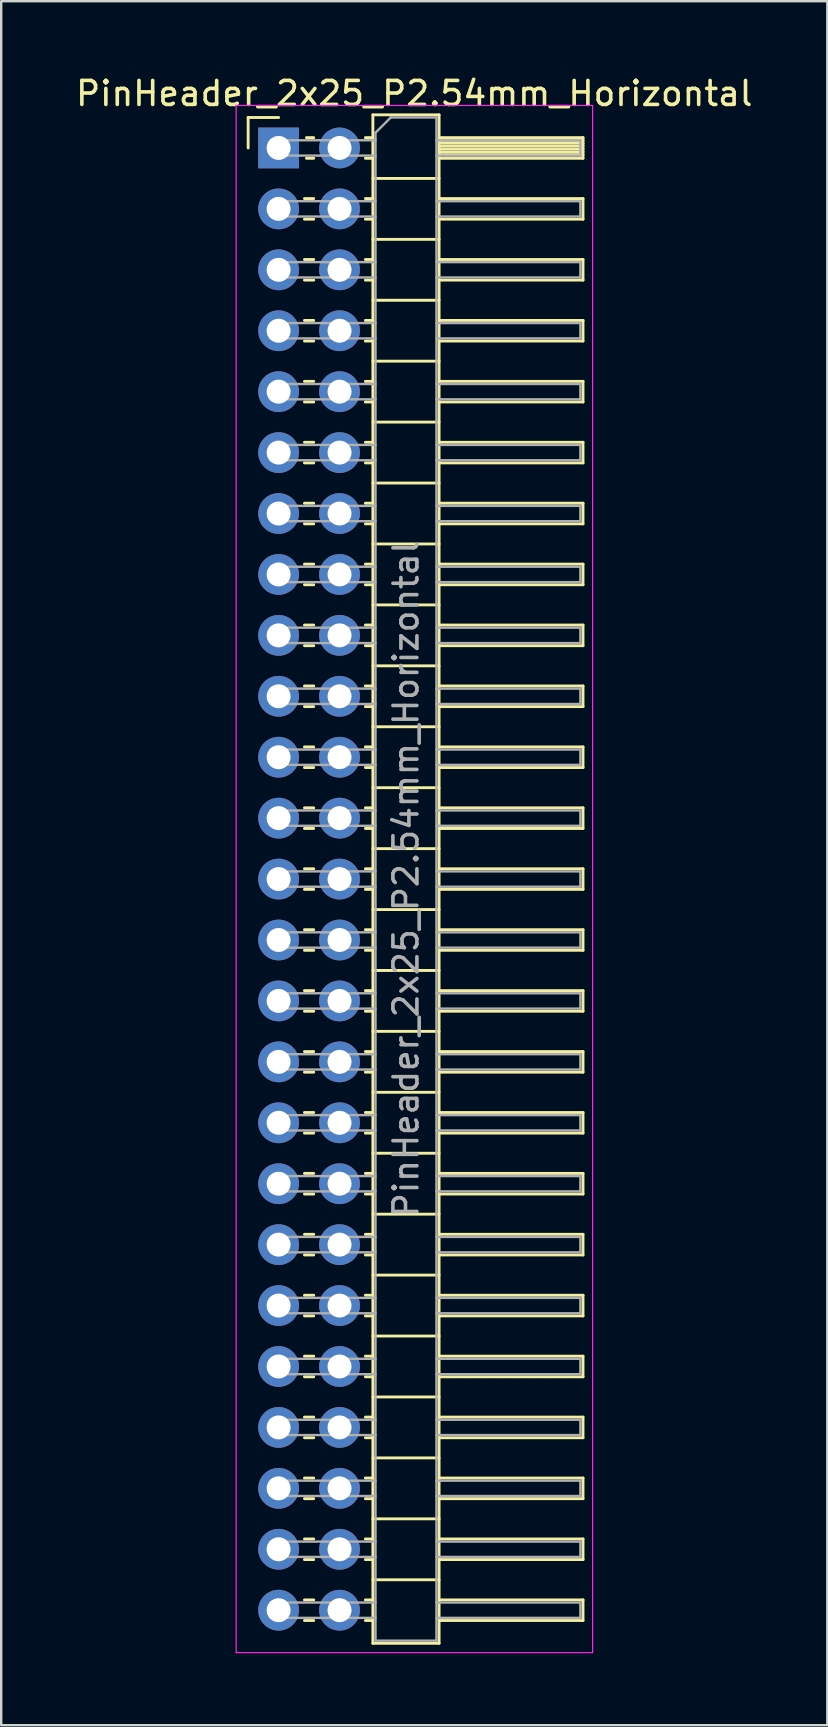
<source format=kicad_pcb>
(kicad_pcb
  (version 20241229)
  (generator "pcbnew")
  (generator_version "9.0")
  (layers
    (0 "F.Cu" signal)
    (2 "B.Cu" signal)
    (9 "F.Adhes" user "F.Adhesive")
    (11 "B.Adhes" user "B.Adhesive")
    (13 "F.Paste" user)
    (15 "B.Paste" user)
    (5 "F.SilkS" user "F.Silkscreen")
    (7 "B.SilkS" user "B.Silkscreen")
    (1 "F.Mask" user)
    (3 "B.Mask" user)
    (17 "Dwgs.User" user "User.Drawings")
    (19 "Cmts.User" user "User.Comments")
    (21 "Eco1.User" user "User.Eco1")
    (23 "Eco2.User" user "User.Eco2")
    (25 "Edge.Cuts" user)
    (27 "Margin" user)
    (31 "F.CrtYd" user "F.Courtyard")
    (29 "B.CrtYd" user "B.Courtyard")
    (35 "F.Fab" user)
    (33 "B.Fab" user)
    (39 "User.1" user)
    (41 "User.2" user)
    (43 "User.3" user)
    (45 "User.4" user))
  (footprint "PinHeader_2x25_P2.54mm_Horizontal"
    (layer "F.Cu")
    (at 8.565 3.118)
    (property "Reference" "PinHeader_2x25_P2.54mm_Horizontal" (at 5.655 -2.27 0) (layer "F.SilkS") (effects (font (size 1 1) (thickness 0.15))))
    (attr through_hole)
    (fp_line (start -1.27 -1.27) (end 0 -1.27) (stroke (width 0.12) (type solid)) (layer "F.SilkS"))
    (fp_line (start -1.27 0) (end -1.27 -1.27) (stroke (width 0.12) (type solid)) (layer "F.SilkS"))
    (fp_line (start 1.077 2.11) (end 1.463 2.11) (stroke (width 0.12) (type solid)) (layer "F.SilkS"))
    (fp_line (start 1.077 2.97) (end 1.463 2.97) (stroke (width 0.12) (type solid)) (layer "F.SilkS"))
    (fp_line (start 1.077 4.65) (end 1.463 4.65) (stroke (width 0.12) (type solid)) (layer "F.SilkS"))
    (fp_line (start 1.077 5.51) (end 1.463 5.51) (stroke (width 0.12) (type solid)) (layer "F.SilkS"))
    (fp_line (start 1.077 7.19) (end 1.463 7.19) (stroke (width 0.12) (type solid)) (layer "F.SilkS"))
    (fp_line (start 1.077 8.05) (end 1.463 8.05) (stroke (width 0.12) (type solid)) (layer "F.SilkS"))
    (fp_line (start 1.077 9.73) (end 1.463 9.73) (stroke (width 0.12) (type solid)) (layer "F.SilkS"))
    (fp_line (start 1.077 10.59) (end 1.463 10.59) (stroke (width 0.12) (type solid)) (layer "F.SilkS"))
    (fp_line (start 1.077 12.27) (end 1.463 12.27) (stroke (width 0.12) (type solid)) (layer "F.SilkS"))
    (fp_line (start 1.077 13.13) (end 1.463 13.13) (stroke (width 0.12) (type solid)) (layer "F.SilkS"))
    (fp_line (start 1.077 14.81) (end 1.463 14.81) (stroke (width 0.12) (type solid)) (layer "F.SilkS"))
    (fp_line (start 1.077 15.67) (end 1.463 15.67) (stroke (width 0.12) (type solid)) (layer "F.SilkS"))
    (fp_line (start 1.077 17.35) (end 1.463 17.35) (stroke (width 0.12) (type solid)) (layer "F.SilkS"))
    (fp_line (start 1.077 18.21) (end 1.463 18.21) (stroke (width 0.12) (type solid)) (layer "F.SilkS"))
    (fp_line (start 1.077 19.89) (end 1.463 19.89) (stroke (width 0.12) (type solid)) (layer "F.SilkS"))
    (fp_line (start 1.077 20.75) (end 1.463 20.75) (stroke (width 0.12) (type solid)) (layer "F.SilkS"))
    (fp_line (start 1.077 22.43) (end 1.463 22.43) (stroke (width 0.12) (type solid)) (layer "F.SilkS"))
    (fp_line (start 1.077 23.29) (end 1.463 23.29) (stroke (width 0.12) (type solid)) (layer "F.SilkS"))
    (fp_line (start 1.077 24.97) (end 1.463 24.97) (stroke (width 0.12) (type solid)) (layer "F.SilkS"))
    (fp_line (start 1.077 25.83) (end 1.463 25.83) (stroke (width 0.12) (type solid)) (layer "F.SilkS"))
    (fp_line (start 1.077 27.51) (end 1.463 27.51) (stroke (width 0.12) (type solid)) (layer "F.SilkS"))
    (fp_line (start 1.077 28.37) (end 1.463 28.37) (stroke (width 0.12) (type solid)) (layer "F.SilkS"))
    (fp_line (start 1.077 30.05) (end 1.463 30.05) (stroke (width 0.12) (type solid)) (layer "F.SilkS"))
    (fp_line (start 1.077 30.91) (end 1.463 30.91) (stroke (width 0.12) (type solid)) (layer "F.SilkS"))
    (fp_line (start 1.077 32.59) (end 1.463 32.59) (stroke (width 0.12) (type solid)) (layer "F.SilkS"))
    (fp_line (start 1.077 33.45) (end 1.463 33.45) (stroke (width 0.12) (type solid)) (layer "F.SilkS"))
    (fp_line (start 1.077 35.13) (end 1.463 35.13) (stroke (width 0.12) (type solid)) (layer "F.SilkS"))
    (fp_line (start 1.077 35.99) (end 1.463 35.99) (stroke (width 0.12) (type solid)) (layer "F.SilkS"))
    (fp_line (start 1.077 37.67) (end 1.463 37.67) (stroke (width 0.12) (type solid)) (layer "F.SilkS"))
    (fp_line (start 1.077 38.53) (end 1.463 38.53) (stroke (width 0.12) (type solid)) (layer "F.SilkS"))
    (fp_line (start 1.077 40.21) (end 1.463 40.21) (stroke (width 0.12) (type solid)) (layer "F.SilkS"))
    (fp_line (start 1.077 41.07) (end 1.463 41.07) (stroke (width 0.12) (type solid)) (layer "F.SilkS"))
    (fp_line (start 1.077 42.75) (end 1.463 42.75) (stroke (width 0.12) (type solid)) (layer "F.SilkS"))
    (fp_line (start 1.077 43.61) (end 1.463 43.61) (stroke (width 0.12) (type solid)) (layer "F.SilkS"))
    (fp_line (start 1.077 45.29) (end 1.463 45.29) (stroke (width 0.12) (type solid)) (layer "F.SilkS"))
    (fp_line (start 1.077 46.15) (end 1.463 46.15) (stroke (width 0.12) (type solid)) (layer "F.SilkS"))
    (fp_line (start 1.077 47.83) (end 1.463 47.83) (stroke (width 0.12) (type solid)) (layer "F.SilkS"))
    (fp_line (start 1.077 48.69) (end 1.463 48.69) (stroke (width 0.12) (type solid)) (layer "F.SilkS"))
    (fp_line (start 1.077 50.37) (end 1.463 50.37) (stroke (width 0.12) (type solid)) (layer "F.SilkS"))
    (fp_line (start 1.077 51.23) (end 1.463 51.23) (stroke (width 0.12) (type solid)) (layer "F.SilkS"))
    (fp_line (start 1.077 52.91) (end 1.463 52.91) (stroke (width 0.12) (type solid)) (layer "F.SilkS"))
    (fp_line (start 1.077 53.77) (end 1.463 53.77) (stroke (width 0.12) (type solid)) (layer "F.SilkS"))
    (fp_line (start 1.077 55.45) (end 1.463 55.45) (stroke (width 0.12) (type solid)) (layer "F.SilkS"))
    (fp_line (start 1.077 56.31) (end 1.463 56.31) (stroke (width 0.12) (type solid)) (layer "F.SilkS"))
    (fp_line (start 1.077 57.99) (end 1.463 57.99) (stroke (width 0.12) (type solid)) (layer "F.SilkS"))
    (fp_line (start 1.077 58.85) (end 1.463 58.85) (stroke (width 0.12) (type solid)) (layer "F.SilkS"))
    (fp_line (start 1.077 60.53) (end 1.463 60.53) (stroke (width 0.12) (type solid)) (layer "F.SilkS"))
    (fp_line (start 1.077 61.39) (end 1.463 61.39) (stroke (width 0.12) (type solid)) (layer "F.SilkS"))
    (fp_line (start 1.16 -0.43) (end 1.463 -0.43) (stroke (width 0.12) (type solid)) (layer "F.SilkS"))
    (fp_line (start 1.16 0.43) (end 1.463 0.43) (stroke (width 0.12) (type solid)) (layer "F.SilkS"))
    (fp_line (start 3.617 -0.43) (end 3.93 -0.43) (stroke (width 0.12) (type solid)) (layer "F.SilkS"))
    (fp_line (start 3.617 0.43) (end 3.93 0.43) (stroke (width 0.12) (type solid)) (layer "F.SilkS"))
    (fp_line (start 3.617 2.11) (end 3.93 2.11) (stroke (width 0.12) (type solid)) (layer "F.SilkS"))
    (fp_line (start 3.617 2.97) (end 3.93 2.97) (stroke (width 0.12) (type solid)) (layer "F.SilkS"))
    (fp_line (start 3.617 4.65) (end 3.93 4.65) (stroke (width 0.12) (type solid)) (layer "F.SilkS"))
    (fp_line (start 3.617 5.51) (end 3.93 5.51) (stroke (width 0.12) (type solid)) (layer "F.SilkS"))
    (fp_line (start 3.617 7.19) (end 3.93 7.19) (stroke (width 0.12) (type solid)) (layer "F.SilkS"))
    (fp_line (start 3.617 8.05) (end 3.93 8.05) (stroke (width 0.12) (type solid)) (layer "F.SilkS"))
    (fp_line (start 3.617 9.73) (end 3.93 9.73) (stroke (width 0.12) (type solid)) (layer "F.SilkS"))
    (fp_line (start 3.617 10.59) (end 3.93 10.59) (stroke (width 0.12) (type solid)) (layer "F.SilkS"))
    (fp_line (start 3.617 12.27) (end 3.93 12.27) (stroke (width 0.12) (type solid)) (layer "F.SilkS"))
    (fp_line (start 3.617 13.13) (end 3.93 13.13) (stroke (width 0.12) (type solid)) (layer "F.SilkS"))
    (fp_line (start 3.617 14.81) (end 3.93 14.81) (stroke (width 0.12) (type solid)) (layer "F.SilkS"))
    (fp_line (start 3.617 15.67) (end 3.93 15.67) (stroke (width 0.12) (type solid)) (layer "F.SilkS"))
    (fp_line (start 3.617 17.35) (end 3.93 17.35) (stroke (width 0.12) (type solid)) (layer "F.SilkS"))
    (fp_line (start 3.617 18.21) (end 3.93 18.21) (stroke (width 0.12) (type solid)) (layer "F.SilkS"))
    (fp_line (start 3.617 19.89) (end 3.93 19.89) (stroke (width 0.12) (type solid)) (layer "F.SilkS"))
    (fp_line (start 3.617 20.75) (end 3.93 20.75) (stroke (width 0.12) (type solid)) (layer "F.SilkS"))
    (fp_line (start 3.617 22.43) (end 3.93 22.43) (stroke (width 0.12) (type solid)) (layer "F.SilkS"))
    (fp_line (start 3.617 23.29) (end 3.93 23.29) (stroke (width 0.12) (type solid)) (layer "F.SilkS"))
    (fp_line (start 3.617 24.97) (end 3.93 24.97) (stroke (width 0.12) (type solid)) (layer "F.SilkS"))
    (fp_line (start 3.617 25.83) (end 3.93 25.83) (stroke (width 0.12) (type solid)) (layer "F.SilkS"))
    (fp_line (start 3.617 27.51) (end 3.93 27.51) (stroke (width 0.12) (type solid)) (layer "F.SilkS"))
    (fp_line (start 3.617 28.37) (end 3.93 28.37) (stroke (width 0.12) (type solid)) (layer "F.SilkS"))
    (fp_line (start 3.617 30.05) (end 3.93 30.05) (stroke (width 0.12) (type solid)) (layer "F.SilkS"))
    (fp_line (start 3.617 30.91) (end 3.93 30.91) (stroke (width 0.12) (type solid)) (layer "F.SilkS"))
    (fp_line (start 3.617 32.59) (end 3.93 32.59) (stroke (width 0.12) (type solid)) (layer "F.SilkS"))
    (fp_line (start 3.617 33.45) (end 3.93 33.45) (stroke (width 0.12) (type solid)) (layer "F.SilkS"))
    (fp_line (start 3.617 35.13) (end 3.93 35.13) (stroke (width 0.12) (type solid)) (layer "F.SilkS"))
    (fp_line (start 3.617 35.99) (end 3.93 35.99) (stroke (width 0.12) (type solid)) (layer "F.SilkS"))
    (fp_line (start 3.617 37.67) (end 3.93 37.67) (stroke (width 0.12) (type solid)) (layer "F.SilkS"))
    (fp_line (start 3.617 38.53) (end 3.93 38.53) (stroke (width 0.12) (type solid)) (layer "F.SilkS"))
    (fp_line (start 3.617 40.21) (end 3.93 40.21) (stroke (width 0.12) (type solid)) (layer "F.SilkS"))
    (fp_line (start 3.617 41.07) (end 3.93 41.07) (stroke (width 0.12) (type solid)) (layer "F.SilkS"))
    (fp_line (start 3.617 42.75) (end 3.93 42.75) (stroke (width 0.12) (type solid)) (layer "F.SilkS"))
    (fp_line (start 3.617 43.61) (end 3.93 43.61) (stroke (width 0.12) (type solid)) (layer "F.SilkS"))
    (fp_line (start 3.617 45.29) (end 3.93 45.29) (stroke (width 0.12) (type solid)) (layer "F.SilkS"))
    (fp_line (start 3.617 46.15) (end 3.93 46.15) (stroke (width 0.12) (type solid)) (layer "F.SilkS"))
    (fp_line (start 3.617 47.83) (end 3.93 47.83) (stroke (width 0.12) (type solid)) (layer "F.SilkS"))
    (fp_line (start 3.617 48.69) (end 3.93 48.69) (stroke (width 0.12) (type solid)) (layer "F.SilkS"))
    (fp_line (start 3.617 50.37) (end 3.93 50.37) (stroke (width 0.12) (type solid)) (layer "F.SilkS"))
    (fp_line (start 3.617 51.23) (end 3.93 51.23) (stroke (width 0.12) (type solid)) (layer "F.SilkS"))
    (fp_line (start 3.617 52.91) (end 3.93 52.91) (stroke (width 0.12) (type solid)) (layer "F.SilkS"))
    (fp_line (start 3.617 53.77) (end 3.93 53.77) (stroke (width 0.12) (type solid)) (layer "F.SilkS"))
    (fp_line (start 3.617 55.45) (end 3.93 55.45) (stroke (width 0.12) (type solid)) (layer "F.SilkS"))
    (fp_line (start 3.617 56.31) (end 3.93 56.31) (stroke (width 0.12) (type solid)) (layer "F.SilkS"))
    (fp_line (start 3.617 57.99) (end 3.93 57.99) (stroke (width 0.12) (type solid)) (layer "F.SilkS"))
    (fp_line (start 3.617 58.85) (end 3.93 58.85) (stroke (width 0.12) (type solid)) (layer "F.SilkS"))
    (fp_line (start 3.617 60.53) (end 3.93 60.53) (stroke (width 0.12) (type solid)) (layer "F.SilkS"))
    (fp_line (start 3.617 61.39) (end 3.93 61.39) (stroke (width 0.12) (type solid)) (layer "F.SilkS"))
    (fp_line (start 3.93 -1.38) (end 3.93 62.34) (stroke (width 0.12) (type solid)) (layer "F.SilkS"))
    (fp_line (start 3.93 1.27) (end 6.69 1.27) (stroke (width 0.12) (type solid)) (layer "F.SilkS"))
    (fp_line (start 3.93 3.81) (end 6.69 3.81) (stroke (width 0.12) (type solid)) (layer "F.SilkS"))
    (fp_line (start 3.93 6.35) (end 6.69 6.35) (stroke (width 0.12) (type solid)) (layer "F.SilkS"))
    (fp_line (start 3.93 8.89) (end 6.69 8.89) (stroke (width 0.12) (type solid)) (layer "F.SilkS"))
    (fp_line (start 3.93 11.43) (end 6.69 11.43) (stroke (width 0.12) (type solid)) (layer "F.SilkS"))
    (fp_line (start 3.93 13.97) (end 6.69 13.97) (stroke (width 0.12) (type solid)) (layer "F.SilkS"))
    (fp_line (start 3.93 16.51) (end 6.69 16.51) (stroke (width 0.12) (type solid)) (layer "F.SilkS"))
    (fp_line (start 3.93 19.05) (end 6.69 19.05) (stroke (width 0.12) (type solid)) (layer "F.SilkS"))
    (fp_line (start 3.93 21.59) (end 6.69 21.59) (stroke (width 0.12) (type solid)) (layer "F.SilkS"))
    (fp_line (start 3.93 24.13) (end 6.69 24.13) (stroke (width 0.12) (type solid)) (layer "F.SilkS"))
    (fp_line (start 3.93 26.67) (end 6.69 26.67) (stroke (width 0.12) (type solid)) (layer "F.SilkS"))
    (fp_line (start 3.93 29.21) (end 6.69 29.21) (stroke (width 0.12) (type solid)) (layer "F.SilkS"))
    (fp_line (start 3.93 31.75) (end 6.69 31.75) (stroke (width 0.12) (type solid)) (layer "F.SilkS"))
    (fp_line (start 3.93 34.29) (end 6.69 34.29) (stroke (width 0.12) (type solid)) (layer "F.SilkS"))
    (fp_line (start 3.93 36.83) (end 6.69 36.83) (stroke (width 0.12) (type solid)) (layer "F.SilkS"))
    (fp_line (start 3.93 39.37) (end 6.69 39.37) (stroke (width 0.12) (type solid)) (layer "F.SilkS"))
    (fp_line (start 3.93 41.91) (end 6.69 41.91) (stroke (width 0.12) (type solid)) (layer "F.SilkS"))
    (fp_line (start 3.93 44.45) (end 6.69 44.45) (stroke (width 0.12) (type solid)) (layer "F.SilkS"))
    (fp_line (start 3.93 46.99) (end 6.69 46.99) (stroke (width 0.12) (type solid)) (layer "F.SilkS"))
    (fp_line (start 3.93 49.53) (end 6.69 49.53) (stroke (width 0.12) (type solid)) (layer "F.SilkS"))
    (fp_line (start 3.93 52.07) (end 6.69 52.07) (stroke (width 0.12) (type solid)) (layer "F.SilkS"))
    (fp_line (start 3.93 54.61) (end 6.69 54.61) (stroke (width 0.12) (type solid)) (layer "F.SilkS"))
    (fp_line (start 3.93 57.15) (end 6.69 57.15) (stroke (width 0.12) (type solid)) (layer "F.SilkS"))
    (fp_line (start 3.93 59.69) (end 6.69 59.69) (stroke (width 0.12) (type solid)) (layer "F.SilkS"))
    (fp_line (start 3.93 62.34) (end 6.69 62.34) (stroke (width 0.12) (type solid)) (layer "F.SilkS"))
    (fp_line (start 6.69 -1.38) (end 3.93 -1.38) (stroke (width 0.12) (type solid)) (layer "F.SilkS"))
    (fp_line (start 6.69 -0.43) (end 12.69 -0.43) (stroke (width 0.12) (type solid)) (layer "F.SilkS"))
    (fp_line (start 6.69 -0.32) (end 12.69 -0.32) (stroke (width 0.12) (type solid)) (layer "F.SilkS"))
    (fp_line (start 6.69 -0.2) (end 12.69 -0.2) (stroke (width 0.12) (type solid)) (layer "F.SilkS"))
    (fp_line (start 6.69 -0.08) (end 12.69 -0.08) (stroke (width 0.12) (type solid)) (layer "F.SilkS"))
    (fp_line (start 6.69 0.04) (end 12.69 0.04) (stroke (width 0.12) (type solid)) (layer "F.SilkS"))
    (fp_line (start 6.69 0.16) (end 12.69 0.16) (stroke (width 0.12) (type solid)) (layer "F.SilkS"))
    (fp_line (start 6.69 0.28) (end 12.69 0.28) (stroke (width 0.12) (type solid)) (layer "F.SilkS"))
    (fp_line (start 6.69 2.11) (end 12.69 2.11) (stroke (width 0.12) (type solid)) (layer "F.SilkS"))
    (fp_line (start 6.69 4.65) (end 12.69 4.65) (stroke (width 0.12) (type solid)) (layer "F.SilkS"))
    (fp_line (start 6.69 7.19) (end 12.69 7.19) (stroke (width 0.12) (type solid)) (layer "F.SilkS"))
    (fp_line (start 6.69 9.73) (end 12.69 9.73) (stroke (width 0.12) (type solid)) (layer "F.SilkS"))
    (fp_line (start 6.69 12.27) (end 12.69 12.27) (stroke (width 0.12) (type solid)) (layer "F.SilkS"))
    (fp_line (start 6.69 14.81) (end 12.69 14.81) (stroke (width 0.12) (type solid)) (layer "F.SilkS"))
    (fp_line (start 6.69 17.35) (end 12.69 17.35) (stroke (width 0.12) (type solid)) (layer "F.SilkS"))
    (fp_line (start 6.69 19.89) (end 12.69 19.89) (stroke (width 0.12) (type solid)) (layer "F.SilkS"))
    (fp_line (start 6.69 22.43) (end 12.69 22.43) (stroke (width 0.12) (type solid)) (layer "F.SilkS"))
    (fp_line (start 6.69 24.97) (end 12.69 24.97) (stroke (width 0.12) (type solid)) (layer "F.SilkS"))
    (fp_line (start 6.69 27.51) (end 12.69 27.51) (stroke (width 0.12) (type solid)) (layer "F.SilkS"))
    (fp_line (start 6.69 30.05) (end 12.69 30.05) (stroke (width 0.12) (type solid)) (layer "F.SilkS"))
    (fp_line (start 6.69 32.59) (end 12.69 32.59) (stroke (width 0.12) (type solid)) (layer "F.SilkS"))
    (fp_line (start 6.69 35.13) (end 12.69 35.13) (stroke (width 0.12) (type solid)) (layer "F.SilkS"))
    (fp_line (start 6.69 37.67) (end 12.69 37.67) (stroke (width 0.12) (type solid)) (layer "F.SilkS"))
    (fp_line (start 6.69 40.21) (end 12.69 40.21) (stroke (width 0.12) (type solid)) (layer "F.SilkS"))
    (fp_line (start 6.69 42.75) (end 12.69 42.75) (stroke (width 0.12) (type solid)) (layer "F.SilkS"))
    (fp_line (start 6.69 45.29) (end 12.69 45.29) (stroke (width 0.12) (type solid)) (layer "F.SilkS"))
    (fp_line (start 6.69 47.83) (end 12.69 47.83) (stroke (width 0.12) (type solid)) (layer "F.SilkS"))
    (fp_line (start 6.69 50.37) (end 12.69 50.37) (stroke (width 0.12) (type solid)) (layer "F.SilkS"))
    (fp_line (start 6.69 52.91) (end 12.69 52.91) (stroke (width 0.12) (type solid)) (layer "F.SilkS"))
    (fp_line (start 6.69 55.45) (end 12.69 55.45) (stroke (width 0.12) (type solid)) (layer "F.SilkS"))
    (fp_line (start 6.69 57.99) (end 12.69 57.99) (stroke (width 0.12) (type solid)) (layer "F.SilkS"))
    (fp_line (start 6.69 60.53) (end 12.69 60.53) (stroke (width 0.12) (type solid)) (layer "F.SilkS"))
    (fp_line (start 6.69 62.34) (end 6.69 -1.38) (stroke (width 0.12) (type solid)) (layer "F.SilkS"))
    (fp_line (start 12.69 -0.43) (end 12.69 0.43) (stroke (width 0.12) (type solid)) (layer "F.SilkS"))
    (fp_line (start 12.69 0.43) (end 6.69 0.43) (stroke (width 0.12) (type solid)) (layer "F.SilkS"))
    (fp_line (start 12.69 2.11) (end 12.69 2.97) (stroke (width 0.12) (type solid)) (layer "F.SilkS"))
    (fp_line (start 12.69 2.97) (end 6.69 2.97) (stroke (width 0.12) (type solid)) (layer "F.SilkS"))
    (fp_line (start 12.69 4.65) (end 12.69 5.51) (stroke (width 0.12) (type solid)) (layer "F.SilkS"))
    (fp_line (start 12.69 5.51) (end 6.69 5.51) (stroke (width 0.12) (type solid)) (layer "F.SilkS"))
    (fp_line (start 12.69 7.19) (end 12.69 8.05) (stroke (width 0.12) (type solid)) (layer "F.SilkS"))
    (fp_line (start 12.69 8.05) (end 6.69 8.05) (stroke (width 0.12) (type solid)) (layer "F.SilkS"))
    (fp_line (start 12.69 9.73) (end 12.69 10.59) (stroke (width 0.12) (type solid)) (layer "F.SilkS"))
    (fp_line (start 12.69 10.59) (end 6.69 10.59) (stroke (width 0.12) (type solid)) (layer "F.SilkS"))
    (fp_line (start 12.69 12.27) (end 12.69 13.13) (stroke (width 0.12) (type solid)) (layer "F.SilkS"))
    (fp_line (start 12.69 13.13) (end 6.69 13.13) (stroke (width 0.12) (type solid)) (layer "F.SilkS"))
    (fp_line (start 12.69 14.81) (end 12.69 15.67) (stroke (width 0.12) (type solid)) (layer "F.SilkS"))
    (fp_line (start 12.69 15.67) (end 6.69 15.67) (stroke (width 0.12) (type solid)) (layer "F.SilkS"))
    (fp_line (start 12.69 17.35) (end 12.69 18.21) (stroke (width 0.12) (type solid)) (layer "F.SilkS"))
    (fp_line (start 12.69 18.21) (end 6.69 18.21) (stroke (width 0.12) (type solid)) (layer "F.SilkS"))
    (fp_line (start 12.69 19.89) (end 12.69 20.75) (stroke (width 0.12) (type solid)) (layer "F.SilkS"))
    (fp_line (start 12.69 20.75) (end 6.69 20.75) (stroke (width 0.12) (type solid)) (layer "F.SilkS"))
    (fp_line (start 12.69 22.43) (end 12.69 23.29) (stroke (width 0.12) (type solid)) (layer "F.SilkS"))
    (fp_line (start 12.69 23.29) (end 6.69 23.29) (stroke (width 0.12) (type solid)) (layer "F.SilkS"))
    (fp_line (start 12.69 24.97) (end 12.69 25.83) (stroke (width 0.12) (type solid)) (layer "F.SilkS"))
    (fp_line (start 12.69 25.83) (end 6.69 25.83) (stroke (width 0.12) (type solid)) (layer "F.SilkS"))
    (fp_line (start 12.69 27.51) (end 12.69 28.37) (stroke (width 0.12) (type solid)) (layer "F.SilkS"))
    (fp_line (start 12.69 28.37) (end 6.69 28.37) (stroke (width 0.12) (type solid)) (layer "F.SilkS"))
    (fp_line (start 12.69 30.05) (end 12.69 30.91) (stroke (width 0.12) (type solid)) (layer "F.SilkS"))
    (fp_line (start 12.69 30.91) (end 6.69 30.91) (stroke (width 0.12) (type solid)) (layer "F.SilkS"))
    (fp_line (start 12.69 32.59) (end 12.69 33.45) (stroke (width 0.12) (type solid)) (layer "F.SilkS"))
    (fp_line (start 12.69 33.45) (end 6.69 33.45) (stroke (width 0.12) (type solid)) (layer "F.SilkS"))
    (fp_line (start 12.69 35.13) (end 12.69 35.99) (stroke (width 0.12) (type solid)) (layer "F.SilkS"))
    (fp_line (start 12.69 35.99) (end 6.69 35.99) (stroke (width 0.12) (type solid)) (layer "F.SilkS"))
    (fp_line (start 12.69 37.67) (end 12.69 38.53) (stroke (width 0.12) (type solid)) (layer "F.SilkS"))
    (fp_line (start 12.69 38.53) (end 6.69 38.53) (stroke (width 0.12) (type solid)) (layer "F.SilkS"))
    (fp_line (start 12.69 40.21) (end 12.69 41.07) (stroke (width 0.12) (type solid)) (layer "F.SilkS"))
    (fp_line (start 12.69 41.07) (end 6.69 41.07) (stroke (width 0.12) (type solid)) (layer "F.SilkS"))
    (fp_line (start 12.69 42.75) (end 12.69 43.61) (stroke (width 0.12) (type solid)) (layer "F.SilkS"))
    (fp_line (start 12.69 43.61) (end 6.69 43.61) (stroke (width 0.12) (type solid)) (layer "F.SilkS"))
    (fp_line (start 12.69 45.29) (end 12.69 46.15) (stroke (width 0.12) (type solid)) (layer "F.SilkS"))
    (fp_line (start 12.69 46.15) (end 6.69 46.15) (stroke (width 0.12) (type solid)) (layer "F.SilkS"))
    (fp_line (start 12.69 47.83) (end 12.69 48.69) (stroke (width 0.12) (type solid)) (layer "F.SilkS"))
    (fp_line (start 12.69 48.69) (end 6.69 48.69) (stroke (width 0.12) (type solid)) (layer "F.SilkS"))
    (fp_line (start 12.69 50.37) (end 12.69 51.23) (stroke (width 0.12) (type solid)) (layer "F.SilkS"))
    (fp_line (start 12.69 51.23) (end 6.69 51.23) (stroke (width 0.12) (type solid)) (layer "F.SilkS"))
    (fp_line (start 12.69 52.91) (end 12.69 53.77) (stroke (width 0.12) (type solid)) (layer "F.SilkS"))
    (fp_line (start 12.69 53.77) (end 6.69 53.77) (stroke (width 0.12) (type solid)) (layer "F.SilkS"))
    (fp_line (start 12.69 55.45) (end 12.69 56.31) (stroke (width 0.12) (type solid)) (layer "F.SilkS"))
    (fp_line (start 12.69 56.31) (end 6.69 56.31) (stroke (width 0.12) (type solid)) (layer "F.SilkS"))
    (fp_line (start 12.69 57.99) (end 12.69 58.85) (stroke (width 0.12) (type solid)) (layer "F.SilkS"))
    (fp_line (start 12.69 58.85) (end 6.69 58.85) (stroke (width 0.12) (type solid)) (layer "F.SilkS"))
    (fp_line (start 12.69 60.53) (end 12.69 61.39) (stroke (width 0.12) (type solid)) (layer "F.SilkS"))
    (fp_line (start 12.69 61.39) (end 6.69 61.39) (stroke (width 0.12) (type solid)) (layer "F.SilkS"))
    (fp_line (start -1.77 -1.77) (end -1.77 62.73) (stroke (width 0.05) (type solid)) (layer "F.CrtYd"))
    (fp_line (start -1.77 62.73) (end 13.09 62.73) (stroke (width 0.05) (type solid)) (layer "F.CrtYd"))
    (fp_line (start 13.09 -1.77) (end -1.77 -1.77) (stroke (width 0.05) (type solid)) (layer "F.CrtYd"))
    (fp_line (start 13.09 62.73) (end 13.09 -1.77) (stroke (width 0.05) (type solid)) (layer "F.CrtYd"))
    (fp_line (start -0.32 -0.32) (end -0.32 0.32) (stroke (width 0.1) (type solid)) (layer "F.Fab"))
    (fp_line (start -0.32 -0.32) (end 4.04 -0.32) (stroke (width 0.1) (type solid)) (layer "F.Fab"))
    (fp_line (start -0.32 0.32) (end 4.04 0.32) (stroke (width 0.1) (type solid)) (layer "F.Fab"))
    (fp_line (start -0.32 2.22) (end -0.32 2.86) (stroke (width 0.1) (type solid)) (layer "F.Fab"))
    (fp_line (start -0.32 2.22) (end 4.04 2.22) (stroke (width 0.1) (type solid)) (layer "F.Fab"))
    (fp_line (start -0.32 2.86) (end 4.04 2.86) (stroke (width 0.1) (type solid)) (layer "F.Fab"))
    (fp_line (start -0.32 4.76) (end -0.32 5.4) (stroke (width 0.1) (type solid)) (layer "F.Fab"))
    (fp_line (start -0.32 4.76) (end 4.04 4.76) (stroke (width 0.1) (type solid)) (layer "F.Fab"))
    (fp_line (start -0.32 5.4) (end 4.04 5.4) (stroke (width 0.1) (type solid)) (layer "F.Fab"))
    (fp_line (start -0.32 7.3) (end -0.32 7.94) (stroke (width 0.1) (type solid)) (layer "F.Fab"))
    (fp_line (start -0.32 7.3) (end 4.04 7.3) (stroke (width 0.1) (type solid)) (layer "F.Fab"))
    (fp_line (start -0.32 7.94) (end 4.04 7.94) (stroke (width 0.1) (type solid)) (layer "F.Fab"))
    (fp_line (start -0.32 9.84) (end -0.32 10.48) (stroke (width 0.1) (type solid)) (layer "F.Fab"))
    (fp_line (start -0.32 9.84) (end 4.04 9.84) (stroke (width 0.1) (type solid)) (layer "F.Fab"))
    (fp_line (start -0.32 10.48) (end 4.04 10.48) (stroke (width 0.1) (type solid)) (layer "F.Fab"))
    (fp_line (start -0.32 12.38) (end -0.32 13.02) (stroke (width 0.1) (type solid)) (layer "F.Fab"))
    (fp_line (start -0.32 12.38) (end 4.04 12.38) (stroke (width 0.1) (type solid)) (layer "F.Fab"))
    (fp_line (start -0.32 13.02) (end 4.04 13.02) (stroke (width 0.1) (type solid)) (layer "F.Fab"))
    (fp_line (start -0.32 14.92) (end -0.32 15.56) (stroke (width 0.1) (type solid)) (layer "F.Fab"))
    (fp_line (start -0.32 14.92) (end 4.04 14.92) (stroke (width 0.1) (type solid)) (layer "F.Fab"))
    (fp_line (start -0.32 15.56) (end 4.04 15.56) (stroke (width 0.1) (type solid)) (layer "F.Fab"))
    (fp_line (start -0.32 17.46) (end -0.32 18.1) (stroke (width 0.1) (type solid)) (layer "F.Fab"))
    (fp_line (start -0.32 17.46) (end 4.04 17.46) (stroke (width 0.1) (type solid)) (layer "F.Fab"))
    (fp_line (start -0.32 18.1) (end 4.04 18.1) (stroke (width 0.1) (type solid)) (layer "F.Fab"))
    (fp_line (start -0.32 20) (end -0.32 20.64) (stroke (width 0.1) (type solid)) (layer "F.Fab"))
    (fp_line (start -0.32 20) (end 4.04 20) (stroke (width 0.1) (type solid)) (layer "F.Fab"))
    (fp_line (start -0.32 20.64) (end 4.04 20.64) (stroke (width 0.1) (type solid)) (layer "F.Fab"))
    (fp_line (start -0.32 22.54) (end -0.32 23.18) (stroke (width 0.1) (type solid)) (layer "F.Fab"))
    (fp_line (start -0.32 22.54) (end 4.04 22.54) (stroke (width 0.1) (type solid)) (layer "F.Fab"))
    (fp_line (start -0.32 23.18) (end 4.04 23.18) (stroke (width 0.1) (type solid)) (layer "F.Fab"))
    (fp_line (start -0.32 25.08) (end -0.32 25.72) (stroke (width 0.1) (type solid)) (layer "F.Fab"))
    (fp_line (start -0.32 25.08) (end 4.04 25.08) (stroke (width 0.1) (type solid)) (layer "F.Fab"))
    (fp_line (start -0.32 25.72) (end 4.04 25.72) (stroke (width 0.1) (type solid)) (layer "F.Fab"))
    (fp_line (start -0.32 27.62) (end -0.32 28.26) (stroke (width 0.1) (type solid)) (layer "F.Fab"))
    (fp_line (start -0.32 27.62) (end 4.04 27.62) (stroke (width 0.1) (type solid)) (layer "F.Fab"))
    (fp_line (start -0.32 28.26) (end 4.04 28.26) (stroke (width 0.1) (type solid)) (layer "F.Fab"))
    (fp_line (start -0.32 30.16) (end -0.32 30.8) (stroke (width 0.1) (type solid)) (layer "F.Fab"))
    (fp_line (start -0.32 30.16) (end 4.04 30.16) (stroke (width 0.1) (type solid)) (layer "F.Fab"))
    (fp_line (start -0.32 30.8) (end 4.04 30.8) (stroke (width 0.1) (type solid)) (layer "F.Fab"))
    (fp_line (start -0.32 32.7) (end -0.32 33.34) (stroke (width 0.1) (type solid)) (layer "F.Fab"))
    (fp_line (start -0.32 32.7) (end 4.04 32.7) (stroke (width 0.1) (type solid)) (layer "F.Fab"))
    (fp_line (start -0.32 33.34) (end 4.04 33.34) (stroke (width 0.1) (type solid)) (layer "F.Fab"))
    (fp_line (start -0.32 35.24) (end -0.32 35.88) (stroke (width 0.1) (type solid)) (layer "F.Fab"))
    (fp_line (start -0.32 35.24) (end 4.04 35.24) (stroke (width 0.1) (type solid)) (layer "F.Fab"))
    (fp_line (start -0.32 35.88) (end 4.04 35.88) (stroke (width 0.1) (type solid)) (layer "F.Fab"))
    (fp_line (start -0.32 37.78) (end -0.32 38.42) (stroke (width 0.1) (type solid)) (layer "F.Fab"))
    (fp_line (start -0.32 37.78) (end 4.04 37.78) (stroke (width 0.1) (type solid)) (layer "F.Fab"))
    (fp_line (start -0.32 38.42) (end 4.04 38.42) (stroke (width 0.1) (type solid)) (layer "F.Fab"))
    (fp_line (start -0.32 40.32) (end -0.32 40.96) (stroke (width 0.1) (type solid)) (layer "F.Fab"))
    (fp_line (start -0.32 40.32) (end 4.04 40.32) (stroke (width 0.1) (type solid)) (layer "F.Fab"))
    (fp_line (start -0.32 40.96) (end 4.04 40.96) (stroke (width 0.1) (type solid)) (layer "F.Fab"))
    (fp_line (start -0.32 42.86) (end -0.32 43.5) (stroke (width 0.1) (type solid)) (layer "F.Fab"))
    (fp_line (start -0.32 42.86) (end 4.04 42.86) (stroke (width 0.1) (type solid)) (layer "F.Fab"))
    (fp_line (start -0.32 43.5) (end 4.04 43.5) (stroke (width 0.1) (type solid)) (layer "F.Fab"))
    (fp_line (start -0.32 45.4) (end -0.32 46.04) (stroke (width 0.1) (type solid)) (layer "F.Fab"))
    (fp_line (start -0.32 45.4) (end 4.04 45.4) (stroke (width 0.1) (type solid)) (layer "F.Fab"))
    (fp_line (start -0.32 46.04) (end 4.04 46.04) (stroke (width 0.1) (type solid)) (layer "F.Fab"))
    (fp_line (start -0.32 47.94) (end -0.32 48.58) (stroke (width 0.1) (type solid)) (layer "F.Fab"))
    (fp_line (start -0.32 47.94) (end 4.04 47.94) (stroke (width 0.1) (type solid)) (layer "F.Fab"))
    (fp_line (start -0.32 48.58) (end 4.04 48.58) (stroke (width 0.1) (type solid)) (layer "F.Fab"))
    (fp_line (start -0.32 50.48) (end -0.32 51.12) (stroke (width 0.1) (type solid)) (layer "F.Fab"))
    (fp_line (start -0.32 50.48) (end 4.04 50.48) (stroke (width 0.1) (type solid)) (layer "F.Fab"))
    (fp_line (start -0.32 51.12) (end 4.04 51.12) (stroke (width 0.1) (type solid)) (layer "F.Fab"))
    (fp_line (start -0.32 53.02) (end -0.32 53.66) (stroke (width 0.1) (type solid)) (layer "F.Fab"))
    (fp_line (start -0.32 53.02) (end 4.04 53.02) (stroke (width 0.1) (type solid)) (layer "F.Fab"))
    (fp_line (start -0.32 53.66) (end 4.04 53.66) (stroke (width 0.1) (type solid)) (layer "F.Fab"))
    (fp_line (start -0.32 55.56) (end -0.32 56.2) (stroke (width 0.1) (type solid)) (layer "F.Fab"))
    (fp_line (start -0.32 55.56) (end 4.04 55.56) (stroke (width 0.1) (type solid)) (layer "F.Fab"))
    (fp_line (start -0.32 56.2) (end 4.04 56.2) (stroke (width 0.1) (type solid)) (layer "F.Fab"))
    (fp_line (start -0.32 58.1) (end -0.32 58.74) (stroke (width 0.1) (type solid)) (layer "F.Fab"))
    (fp_line (start -0.32 58.1) (end 4.04 58.1) (stroke (width 0.1) (type solid)) (layer "F.Fab"))
    (fp_line (start -0.32 58.74) (end 4.04 58.74) (stroke (width 0.1) (type solid)) (layer "F.Fab"))
    (fp_line (start -0.32 60.64) (end -0.32 61.28) (stroke (width 0.1) (type solid)) (layer "F.Fab"))
    (fp_line (start -0.32 60.64) (end 4.04 60.64) (stroke (width 0.1) (type solid)) (layer "F.Fab"))
    (fp_line (start -0.32 61.28) (end 4.04 61.28) (stroke (width 0.1) (type solid)) (layer "F.Fab"))
    (fp_line (start 4.04 -0.635) (end 4.675 -1.27) (stroke (width 0.1) (type solid)) (layer "F.Fab"))
    (fp_line (start 4.04 62.23) (end 4.04 -0.635) (stroke (width 0.1) (type solid)) (layer "F.Fab"))
    (fp_line (start 4.675 -1.27) (end 6.58 -1.27) (stroke (width 0.1) (type solid)) (layer "F.Fab"))
    (fp_line (start 6.58 -1.27) (end 6.58 62.23) (stroke (width 0.1) (type solid)) (layer "F.Fab"))
    (fp_line (start 6.58 -0.32) (end 12.58 -0.32) (stroke (width 0.1) (type solid)) (layer "F.Fab"))
    (fp_line (start 6.58 0.32) (end 12.58 0.32) (stroke (width 0.1) (type solid)) (layer "F.Fab"))
    (fp_line (start 6.58 2.22) (end 12.58 2.22) (stroke (width 0.1) (type solid)) (layer "F.Fab"))
    (fp_line (start 6.58 2.86) (end 12.58 2.86) (stroke (width 0.1) (type solid)) (layer "F.Fab"))
    (fp_line (start 6.58 4.76) (end 12.58 4.76) (stroke (width 0.1) (type solid)) (layer "F.Fab"))
    (fp_line (start 6.58 5.4) (end 12.58 5.4) (stroke (width 0.1) (type solid)) (layer "F.Fab"))
    (fp_line (start 6.58 7.3) (end 12.58 7.3) (stroke (width 0.1) (type solid)) (layer "F.Fab"))
    (fp_line (start 6.58 7.94) (end 12.58 7.94) (stroke (width 0.1) (type solid)) (layer "F.Fab"))
    (fp_line (start 6.58 9.84) (end 12.58 9.84) (stroke (width 0.1) (type solid)) (layer "F.Fab"))
    (fp_line (start 6.58 10.48) (end 12.58 10.48) (stroke (width 0.1) (type solid)) (layer "F.Fab"))
    (fp_line (start 6.58 12.38) (end 12.58 12.38) (stroke (width 0.1) (type solid)) (layer "F.Fab"))
    (fp_line (start 6.58 13.02) (end 12.58 13.02) (stroke (width 0.1) (type solid)) (layer "F.Fab"))
    (fp_line (start 6.58 14.92) (end 12.58 14.92) (stroke (width 0.1) (type solid)) (layer "F.Fab"))
    (fp_line (start 6.58 15.56) (end 12.58 15.56) (stroke (width 0.1) (type solid)) (layer "F.Fab"))
    (fp_line (start 6.58 17.46) (end 12.58 17.46) (stroke (width 0.1) (type solid)) (layer "F.Fab"))
    (fp_line (start 6.58 18.1) (end 12.58 18.1) (stroke (width 0.1) (type solid)) (layer "F.Fab"))
    (fp_line (start 6.58 20) (end 12.58 20) (stroke (width 0.1) (type solid)) (layer "F.Fab"))
    (fp_line (start 6.58 20.64) (end 12.58 20.64) (stroke (width 0.1) (type solid)) (layer "F.Fab"))
    (fp_line (start 6.58 22.54) (end 12.58 22.54) (stroke (width 0.1) (type solid)) (layer "F.Fab"))
    (fp_line (start 6.58 23.18) (end 12.58 23.18) (stroke (width 0.1) (type solid)) (layer "F.Fab"))
    (fp_line (start 6.58 25.08) (end 12.58 25.08) (stroke (width 0.1) (type solid)) (layer "F.Fab"))
    (fp_line (start 6.58 25.72) (end 12.58 25.72) (stroke (width 0.1) (type solid)) (layer "F.Fab"))
    (fp_line (start 6.58 27.62) (end 12.58 27.62) (stroke (width 0.1) (type solid)) (layer "F.Fab"))
    (fp_line (start 6.58 28.26) (end 12.58 28.26) (stroke (width 0.1) (type solid)) (layer "F.Fab"))
    (fp_line (start 6.58 30.16) (end 12.58 30.16) (stroke (width 0.1) (type solid)) (layer "F.Fab"))
    (fp_line (start 6.58 30.8) (end 12.58 30.8) (stroke (width 0.1) (type solid)) (layer "F.Fab"))
    (fp_line (start 6.58 32.7) (end 12.58 32.7) (stroke (width 0.1) (type solid)) (layer "F.Fab"))
    (fp_line (start 6.58 33.34) (end 12.58 33.34) (stroke (width 0.1) (type solid)) (layer "F.Fab"))
    (fp_line (start 6.58 35.24) (end 12.58 35.24) (stroke (width 0.1) (type solid)) (layer "F.Fab"))
    (fp_line (start 6.58 35.88) (end 12.58 35.88) (stroke (width 0.1) (type solid)) (layer "F.Fab"))
    (fp_line (start 6.58 37.78) (end 12.58 37.78) (stroke (width 0.1) (type solid)) (layer "F.Fab"))
    (fp_line (start 6.58 38.42) (end 12.58 38.42) (stroke (width 0.1) (type solid)) (layer "F.Fab"))
    (fp_line (start 6.58 40.32) (end 12.58 40.32) (stroke (width 0.1) (type solid)) (layer "F.Fab"))
    (fp_line (start 6.58 40.96) (end 12.58 40.96) (stroke (width 0.1) (type solid)) (layer "F.Fab"))
    (fp_line (start 6.58 42.86) (end 12.58 42.86) (stroke (width 0.1) (type solid)) (layer "F.Fab"))
    (fp_line (start 6.58 43.5) (end 12.58 43.5) (stroke (width 0.1) (type solid)) (layer "F.Fab"))
    (fp_line (start 6.58 45.4) (end 12.58 45.4) (stroke (width 0.1) (type solid)) (layer "F.Fab"))
    (fp_line (start 6.58 46.04) (end 12.58 46.04) (stroke (width 0.1) (type solid)) (layer "F.Fab"))
    (fp_line (start 6.58 47.94) (end 12.58 47.94) (stroke (width 0.1) (type solid)) (layer "F.Fab"))
    (fp_line (start 6.58 48.58) (end 12.58 48.58) (stroke (width 0.1) (type solid)) (layer "F.Fab"))
    (fp_line (start 6.58 50.48) (end 12.58 50.48) (stroke (width 0.1) (type solid)) (layer "F.Fab"))
    (fp_line (start 6.58 51.12) (end 12.58 51.12) (stroke (width 0.1) (type solid)) (layer "F.Fab"))
    (fp_line (start 6.58 53.02) (end 12.58 53.02) (stroke (width 0.1) (type solid)) (layer "F.Fab"))
    (fp_line (start 6.58 53.66) (end 12.58 53.66) (stroke (width 0.1) (type solid)) (layer "F.Fab"))
    (fp_line (start 6.58 55.56) (end 12.58 55.56) (stroke (width 0.1) (type solid)) (layer "F.Fab"))
    (fp_line (start 6.58 56.2) (end 12.58 56.2) (stroke (width 0.1) (type solid)) (layer "F.Fab"))
    (fp_line (start 6.58 58.1) (end 12.58 58.1) (stroke (width 0.1) (type solid)) (layer "F.Fab"))
    (fp_line (start 6.58 58.74) (end 12.58 58.74) (stroke (width 0.1) (type solid)) (layer "F.Fab"))
    (fp_line (start 6.58 60.64) (end 12.58 60.64) (stroke (width 0.1) (type solid)) (layer "F.Fab"))
    (fp_line (start 6.58 61.28) (end 12.58 61.28) (stroke (width 0.1) (type solid)) (layer "F.Fab"))
    (fp_line (start 6.58 62.23) (end 4.04 62.23) (stroke (width 0.1) (type solid)) (layer "F.Fab"))
    (fp_line (start 12.58 -0.32) (end 12.58 0.32) (stroke (width 0.1) (type solid)) (layer "F.Fab"))
    (fp_line (start 12.58 2.22) (end 12.58 2.86) (stroke (width 0.1) (type solid)) (layer "F.Fab"))
    (fp_line (start 12.58 4.76) (end 12.58 5.4) (stroke (width 0.1) (type solid)) (layer "F.Fab"))
    (fp_line (start 12.58 7.3) (end 12.58 7.94) (stroke (width 0.1) (type solid)) (layer "F.Fab"))
    (fp_line (start 12.58 9.84) (end 12.58 10.48) (stroke (width 0.1) (type solid)) (layer "F.Fab"))
    (fp_line (start 12.58 12.38) (end 12.58 13.02) (stroke (width 0.1) (type solid)) (layer "F.Fab"))
    (fp_line (start 12.58 14.92) (end 12.58 15.56) (stroke (width 0.1) (type solid)) (layer "F.Fab"))
    (fp_line (start 12.58 17.46) (end 12.58 18.1) (stroke (width 0.1) (type solid)) (layer "F.Fab"))
    (fp_line (start 12.58 20) (end 12.58 20.64) (stroke (width 0.1) (type solid)) (layer "F.Fab"))
    (fp_line (start 12.58 22.54) (end 12.58 23.18) (stroke (width 0.1) (type solid)) (layer "F.Fab"))
    (fp_line (start 12.58 25.08) (end 12.58 25.72) (stroke (width 0.1) (type solid)) (layer "F.Fab"))
    (fp_line (start 12.58 27.62) (end 12.58 28.26) (stroke (width 0.1) (type solid)) (layer "F.Fab"))
    (fp_line (start 12.58 30.16) (end 12.58 30.8) (stroke (width 0.1) (type solid)) (layer "F.Fab"))
    (fp_line (start 12.58 32.7) (end 12.58 33.34) (stroke (width 0.1) (type solid)) (layer "F.Fab"))
    (fp_line (start 12.58 35.24) (end 12.58 35.88) (stroke (width 0.1) (type solid)) (layer "F.Fab"))
    (fp_line (start 12.58 37.78) (end 12.58 38.42) (stroke (width 0.1) (type solid)) (layer "F.Fab"))
    (fp_line (start 12.58 40.32) (end 12.58 40.96) (stroke (width 0.1) (type solid)) (layer "F.Fab"))
    (fp_line (start 12.58 42.86) (end 12.58 43.5) (stroke (width 0.1) (type solid)) (layer "F.Fab"))
    (fp_line (start 12.58 45.4) (end 12.58 46.04) (stroke (width 0.1) (type solid)) (layer "F.Fab"))
    (fp_line (start 12.58 47.94) (end 12.58 48.58) (stroke (width 0.1) (type solid)) (layer "F.Fab"))
    (fp_line (start 12.58 50.48) (end 12.58 51.12) (stroke (width 0.1) (type solid)) (layer "F.Fab"))
    (fp_line (start 12.58 53.02) (end 12.58 53.66) (stroke (width 0.1) (type solid)) (layer "F.Fab"))
    (fp_line (start 12.58 55.56) (end 12.58 56.2) (stroke (width 0.1) (type solid)) (layer "F.Fab"))
    (fp_line (start 12.58 58.1) (end 12.58 58.74) (stroke (width 0.1) (type solid)) (layer "F.Fab"))
    (fp_line (start 12.58 60.64) (end 12.58 61.28) (stroke (width 0.1) (type solid)) (layer "F.Fab"))
    (fp_text user "${REFERENCE}" (at 5.31 30.48 90) (layer "F.Fab") (effects (font (size 1 1) (thickness 0.15))))
    (pad "1" thru_hole rect (at 0 0) (size 1.7 1.7) (drill 1) (layers "*.Cu" "*.Mask"))
    (pad "2" thru_hole circle (at 2.54 0) (size 1.7 1.7) (drill 1) (layers "*.Cu" "*.Mask"))
    (pad "3" thru_hole circle (at 0 2.54) (size 1.7 1.7) (drill 1) (layers "*.Cu" "*.Mask"))
    (pad "4" thru_hole circle (at 2.54 2.54) (size 1.7 1.7) (drill 1) (layers "*.Cu" "*.Mask"))
    (pad "5" thru_hole circle (at 0 5.08) (size 1.7 1.7) (drill 1) (layers "*.Cu" "*.Mask"))
    (pad "6" thru_hole circle (at 2.54 5.08) (size 1.7 1.7) (drill 1) (layers "*.Cu" "*.Mask"))
    (pad "7" thru_hole circle (at 0 7.62) (size 1.7 1.7) (drill 1) (layers "*.Cu" "*.Mask"))
    (pad "8" thru_hole circle (at 2.54 7.62) (size 1.7 1.7) (drill 1) (layers "*.Cu" "*.Mask"))
    (pad "9" thru_hole circle (at 0 10.16) (size 1.7 1.7) (drill 1) (layers "*.Cu" "*.Mask"))
    (pad "10" thru_hole circle (at 2.54 10.16) (size 1.7 1.7) (drill 1) (layers "*.Cu" "*.Mask"))
    (pad "11" thru_hole circle (at 0 12.7) (size 1.7 1.7) (drill 1) (layers "*.Cu" "*.Mask"))
    (pad "12" thru_hole circle (at 2.54 12.7) (size 1.7 1.7) (drill 1) (layers "*.Cu" "*.Mask"))
    (pad "13" thru_hole circle (at 0 15.24) (size 1.7 1.7) (drill 1) (layers "*.Cu" "*.Mask"))
    (pad "14" thru_hole circle (at 2.54 15.24) (size 1.7 1.7) (drill 1) (layers "*.Cu" "*.Mask"))
    (pad "15" thru_hole circle (at 0 17.78) (size 1.7 1.7) (drill 1) (layers "*.Cu" "*.Mask"))
    (pad "16" thru_hole circle (at 2.54 17.78) (size 1.7 1.7) (drill 1) (layers "*.Cu" "*.Mask"))
    (pad "17" thru_hole circle (at 0 20.32) (size 1.7 1.7) (drill 1) (layers "*.Cu" "*.Mask"))
    (pad "18" thru_hole circle (at 2.54 20.32) (size 1.7 1.7) (drill 1) (layers "*.Cu" "*.Mask"))
    (pad "19" thru_hole circle (at 0 22.86) (size 1.7 1.7) (drill 1) (layers "*.Cu" "*.Mask"))
    (pad "20" thru_hole circle (at 2.54 22.86) (size 1.7 1.7) (drill 1) (layers "*.Cu" "*.Mask"))
    (pad "21" thru_hole circle (at 0 25.4) (size 1.7 1.7) (drill 1) (layers "*.Cu" "*.Mask"))
    (pad "22" thru_hole circle (at 2.54 25.4) (size 1.7 1.7) (drill 1) (layers "*.Cu" "*.Mask"))
    (pad "23" thru_hole circle (at 0 27.94) (size 1.7 1.7) (drill 1) (layers "*.Cu" "*.Mask"))
    (pad "24" thru_hole circle (at 2.54 27.94) (size 1.7 1.7) (drill 1) (layers "*.Cu" "*.Mask"))
    (pad "25" thru_hole circle (at 0 30.48) (size 1.7 1.7) (drill 1) (layers "*.Cu" "*.Mask"))
    (pad "26" thru_hole circle (at 2.54 30.48) (size 1.7 1.7) (drill 1) (layers "*.Cu" "*.Mask"))
    (pad "27" thru_hole circle (at 0 33.02) (size 1.7 1.7) (drill 1) (layers "*.Cu" "*.Mask"))
    (pad "28" thru_hole circle (at 2.54 33.02) (size 1.7 1.7) (drill 1) (layers "*.Cu" "*.Mask"))
    (pad "29" thru_hole circle (at 0 35.56) (size 1.7 1.7) (drill 1) (layers "*.Cu" "*.Mask"))
    (pad "30" thru_hole circle (at 2.54 35.56) (size 1.7 1.7) (drill 1) (layers "*.Cu" "*.Mask"))
    (pad "31" thru_hole circle (at 0 38.1) (size 1.7 1.7) (drill 1) (layers "*.Cu" "*.Mask"))
    (pad "32" thru_hole circle (at 2.54 38.1) (size 1.7 1.7) (drill 1) (layers "*.Cu" "*.Mask"))
    (pad "33" thru_hole circle (at 0 40.64) (size 1.7 1.7) (drill 1) (layers "*.Cu" "*.Mask"))
    (pad "34" thru_hole circle (at 2.54 40.64) (size 1.7 1.7) (drill 1) (layers "*.Cu" "*.Mask"))
    (pad "35" thru_hole circle (at 0 43.18) (size 1.7 1.7) (drill 1) (layers "*.Cu" "*.Mask"))
    (pad "36" thru_hole circle (at 2.54 43.18) (size 1.7 1.7) (drill 1) (layers "*.Cu" "*.Mask"))
    (pad "37" thru_hole circle (at 0 45.72) (size 1.7 1.7) (drill 1) (layers "*.Cu" "*.Mask"))
    (pad "38" thru_hole circle (at 2.54 45.72) (size 1.7 1.7) (drill 1) (layers "*.Cu" "*.Mask"))
    (pad "39" thru_hole circle (at 0 48.26) (size 1.7 1.7) (drill 1) (layers "*.Cu" "*.Mask"))
    (pad "40" thru_hole circle (at 2.54 48.26) (size 1.7 1.7) (drill 1) (layers "*.Cu" "*.Mask"))
    (pad "41" thru_hole circle (at 0 50.8) (size 1.7 1.7) (drill 1) (layers "*.Cu" "*.Mask"))
    (pad "42" thru_hole circle (at 2.54 50.8) (size 1.7 1.7) (drill 1) (layers "*.Cu" "*.Mask"))
    (pad "43" thru_hole circle (at 0 53.34) (size 1.7 1.7) (drill 1) (layers "*.Cu" "*.Mask"))
    (pad "44" thru_hole circle (at 2.54 53.34) (size 1.7 1.7) (drill 1) (layers "*.Cu" "*.Mask"))
    (pad "45" thru_hole circle (at 0 55.88) (size 1.7 1.7) (drill 1) (layers "*.Cu" "*.Mask"))
    (pad "46" thru_hole circle (at 2.54 55.88) (size 1.7 1.7) (drill 1) (layers "*.Cu" "*.Mask"))
    (pad "47" thru_hole circle (at 0 58.42) (size 1.7 1.7) (drill 1) (layers "*.Cu" "*.Mask"))
    (pad "48" thru_hole circle (at 2.54 58.42) (size 1.7 1.7) (drill 1) (layers "*.Cu" "*.Mask"))
    (pad "49" thru_hole circle (at 0 60.96) (size 1.7 1.7) (drill 1) (layers "*.Cu" "*.Mask"))
    (pad "50" thru_hole circle (at 2.54 60.96) (size 1.7 1.7) (drill 1) (layers "*.Cu" "*.Mask")))
  (gr_rect
    (start -3 -3)
    (end 31.44 68.873)
    (stroke (width 0.1) (type default))
    (fill no)
    (layer "Edge.Cuts")))
</source>
